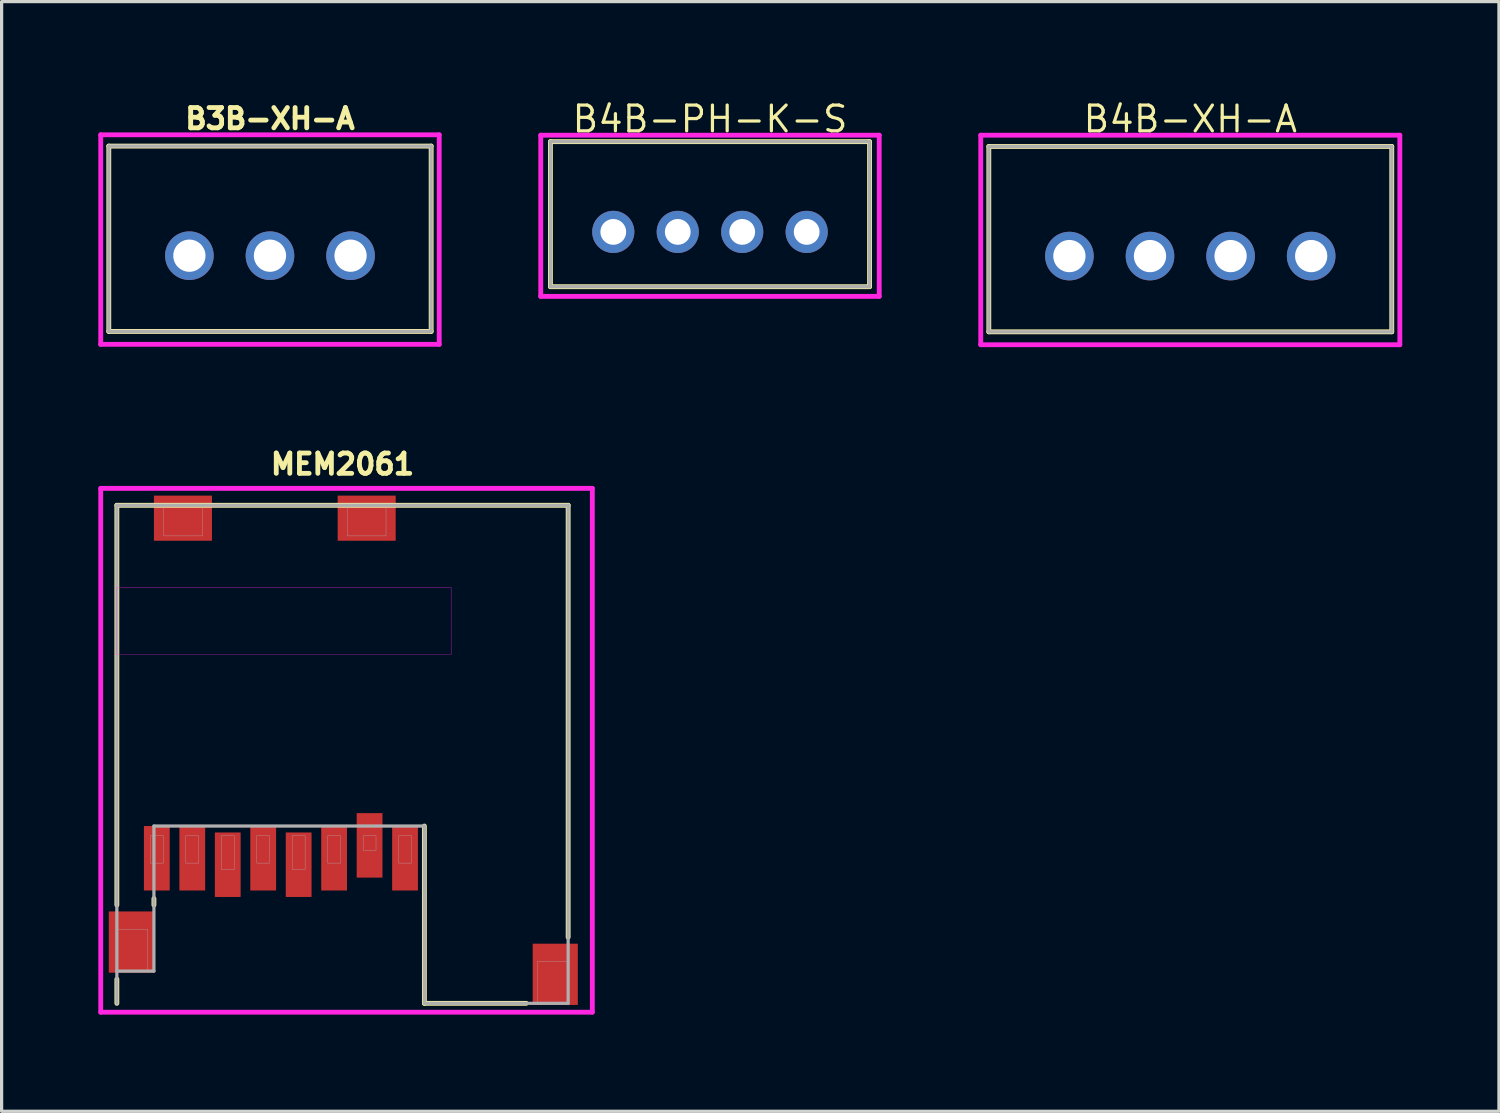
<source format=kicad_pcb>
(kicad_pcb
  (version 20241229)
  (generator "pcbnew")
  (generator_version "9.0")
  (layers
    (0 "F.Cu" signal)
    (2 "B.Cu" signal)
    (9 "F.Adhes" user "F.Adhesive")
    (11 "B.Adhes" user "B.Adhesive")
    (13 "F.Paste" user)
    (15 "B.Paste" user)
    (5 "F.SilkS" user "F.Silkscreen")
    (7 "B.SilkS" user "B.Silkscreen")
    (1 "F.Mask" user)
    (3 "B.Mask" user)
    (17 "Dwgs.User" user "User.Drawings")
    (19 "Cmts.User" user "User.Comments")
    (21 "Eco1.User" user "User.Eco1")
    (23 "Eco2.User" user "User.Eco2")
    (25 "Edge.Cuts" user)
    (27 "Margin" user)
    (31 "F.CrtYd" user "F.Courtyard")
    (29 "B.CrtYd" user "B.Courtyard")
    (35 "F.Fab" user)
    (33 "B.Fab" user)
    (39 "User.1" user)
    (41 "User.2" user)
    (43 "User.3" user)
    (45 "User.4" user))
  (footprint "B3B-XH-A"
    (layer "F.Cu")
    (at 5.325 4.882)
    (property "Reference" "B3B-XH-A" (at 0 -4.25 0) (layer "F.SilkS") (effects (font (size 0.63 0.63) (thickness 0.15))))
    (attr through_hole)
    (fp_line (start -5 -3.4) (end -5 2.35) (stroke (width 0.15) (type solid)) (layer "F.SilkS"))
    (fp_line (start -5 2.35) (end 5 2.35) (stroke (width 0.15) (type solid)) (layer "F.SilkS"))
    (fp_line (start 5 -3.4) (end -5 -3.4) (stroke (width 0.15) (type solid)) (layer "F.SilkS"))
    (fp_line (start 5 2.35) (end 5 -3.4) (stroke (width 0.15) (type solid)) (layer "F.SilkS"))
    (fp_line (start -5.25 -3.75) (end -5.25 2.75) (stroke (width 0.15) (type solid)) (layer "F.CrtYd"))
    (fp_line (start -5.25 2.75) (end 5.25 2.75) (stroke (width 0.15) (type solid)) (layer "F.CrtYd"))
    (fp_line (start 5.25 -3.75) (end -5.25 -3.75) (stroke (width 0.15) (type solid)) (layer "F.CrtYd"))
    (fp_line (start 5.25 2.75) (end 5.25 -3.75) (stroke (width 0.15) (type solid)) (layer "F.CrtYd"))
    (fp_line (start -5 -3.4) (end 5 -3.4) (stroke (width 0.1) (type solid)) (layer "F.Fab"))
    (fp_line (start -5 2.35) (end -5 -3.4) (stroke (width 0.1) (type solid)) (layer "F.Fab"))
    (fp_line (start 5 -3.4) (end 5 2.35) (stroke (width 0.1) (type solid)) (layer "F.Fab"))
    (fp_line (start 5 2.35) (end -5 2.35) (stroke (width 0.1) (type solid)) (layer "F.Fab"))
    (pad "1" thru_hole circle (at -2.5 0) (size 1.508 1.508) (drill 1) (layers "*.Cu" "*.Mask"))
    (pad "2" thru_hole circle (at 0 0) (size 1.508 1.508) (drill 1) (layers "*.Cu" "*.Mask"))
    (pad "3" thru_hole circle (at 2.5 0) (size 1.508 1.508) (drill 1) (layers "*.Cu" "*.Mask")))
  (footprint "B4B-XH-A"
    (layer "F.Cu")
    (at 33.875 4.894)
    (property "Reference" "B4B-XH-A" (at 0 -4.25 0) (layer "F.SilkS") (effects (font (size 0.8 0.8) (thickness 0.1))))
    (attr through_hole)
    (fp_line (start -6.25 -3.4) (end -6.25 2.35) (stroke (width 0.15) (type solid)) (layer "F.SilkS"))
    (fp_line (start -6.25 2.35) (end 6.25 2.35) (stroke (width 0.15) (type solid)) (layer "F.SilkS"))
    (fp_line (start 6.25 -3.4) (end -6.25 -3.4) (stroke (width 0.15) (type solid)) (layer "F.SilkS"))
    (fp_line (start 6.25 2.35) (end 6.25 -3.4) (stroke (width 0.15) (type solid)) (layer "F.SilkS"))
    (fp_line (start -6.5 -3.75) (end -6.5 2.75) (stroke (width 0.15) (type solid)) (layer "F.CrtYd"))
    (fp_line (start -6.5 2.75) (end 6.5 2.75) (stroke (width 0.15) (type solid)) (layer "F.CrtYd"))
    (fp_line (start 6.5 -3.75) (end -6.5 -3.75) (stroke (width 0.15) (type solid)) (layer "F.CrtYd"))
    (fp_line (start 6.5 2.75) (end 6.5 -3.75) (stroke (width 0.15) (type solid)) (layer "F.CrtYd"))
    (fp_line (start -6.25 -3.4) (end 6.25 -3.4) (stroke (width 0.1) (type solid)) (layer "F.Fab"))
    (fp_line (start -6.25 2.35) (end -6.25 -3.4) (stroke (width 0.1) (type solid)) (layer "F.Fab"))
    (fp_line (start 6.25 -3.4) (end 6.25 2.35) (stroke (width 0.1) (type solid)) (layer "F.Fab"))
    (fp_line (start 6.25 2.35) (end -6.25 2.35) (stroke (width 0.1) (type solid)) (layer "F.Fab"))
    (pad "1" thru_hole circle (at -3.75 0) (size 1.508 1.508) (drill 1) (layers "*.Cu" "*.Mask"))
    (pad "2" thru_hole circle (at -1.25 0) (size 1.508 1.508) (drill 1) (layers "*.Cu" "*.Mask"))
    (pad "3" thru_hole circle (at 1.25 0) (size 1.508 1.508) (drill 1) (layers "*.Cu" "*.Mask"))
    (pad "4" thru_hole circle (at 3.75 0) (size 1.508 1.508) (drill 1) (layers "*.Cu" "*.Mask")))
  (footprint "MEM2061"
    (layer "F.Cu")
    (at 7.575 20.35)
    (property "Reference" "MEM2061" (at 0 -9 0) (layer "F.SilkS") (effects (font (size 0.63 0.63) (thickness 0.15))))
    (attr smd)
    (fp_line (start -7 -7.725) (end 7 -7.725) (stroke (width 0.15) (type solid)) (layer "F.SilkS"))
    (fp_line (start -7 4.675) (end -7 -7.725) (stroke (width 0.15) (type solid)) (layer "F.SilkS"))
    (fp_line (start -7 7.725) (end -7 6.975) (stroke (width 0.15) (type solid)) (layer "F.SilkS"))
    (fp_line (start -5.85 4.475) (end -5.85 4.675) (stroke (width 0.15) (type solid)) (layer "F.SilkS"))
    (fp_line (start 2.54 7.725) (end 2.54 2.225) (stroke (width 0.15) (type solid)) (layer "F.SilkS"))
    (fp_line (start 5.7 7.725) (end 2.54 7.725) (stroke (width 0.15) (type solid)) (layer "F.SilkS"))
    (fp_line (start 7 -7.725) (end 7 5.675) (stroke (width 0.15) (type solid)) (layer "F.SilkS"))
    (fp_line (start -7.5 -8.25) (end -7.5 8) (stroke (width 0.15) (type solid)) (layer "F.CrtYd"))
    (fp_line (start -7.5 8) (end 7.75 8) (stroke (width 0.15) (type solid)) (layer "F.CrtYd"))
    (fp_line (start 7.75 -8.25) (end -7.5 -8.25) (stroke (width 0.15) (type solid)) (layer "F.CrtYd"))
    (fp_line (start 7.75 8) (end 7.75 -8.25) (stroke (width 0.15) (type solid)) (layer "F.CrtYd"))
    (fp_poly (pts (xy -7 -5.175) (xy 3.37 -5.175) (xy 3.37 -3.095) (xy -7 -3.095)) (stroke (width 0.01) (type solid)) (fill no) (layer "F.CrtYd"))
    (fp_line (start -7 -7.725) (end -7 6.725) (stroke (width 0.1) (type solid)) (layer "F.Fab"))
    (fp_line (start -7 -7.725) (end 7 -7.725) (stroke (width 0.1) (type solid)) (layer "F.Fab"))
    (fp_line (start -7 6.725) (end -7 7.725) (stroke (width 0.1) (type solid)) (layer "F.Fab"))
    (fp_line (start -7 6.725) (end -5.85 6.725) (stroke (width 0.1) (type solid)) (layer "F.Fab"))
    (fp_line (start -5.85 2.225) (end -5.85 6.725) (stroke (width 0.1) (type solid)) (layer "F.Fab"))
    (fp_line (start 2.54 2.225) (end -5.85 2.225) (stroke (width 0.1) (type solid)) (layer "F.Fab"))
    (fp_line (start 2.54 7.725) (end 2.54 2.225) (stroke (width 0.1) (type solid)) (layer "F.Fab"))
    (fp_line (start 7 -7.725) (end 7 7.725) (stroke (width 0.1) (type solid)) (layer "F.Fab"))
    (fp_line (start 7 7.725) (end 2.54 7.725) (stroke (width 0.1) (type solid)) (layer "F.Fab"))
    (fp_poly (pts (xy -7 5.425) (xy -6.05 5.425) (xy -6.05 6.725) (xy -7 6.725)) (stroke (width 0.01) (type solid)) (fill no) (layer "F.Fab"))
    (fp_poly (pts (xy -5.96 2.525) (xy -5.56 2.525) (xy -5.56 3.375) (xy -5.96 3.375)) (stroke (width 0.01) (type solid)) (fill no) (layer "F.Fab"))
    (fp_poly (pts (xy -5.55 -7.725) (xy -4.35 -7.725) (xy -4.35 -6.775) (xy -5.55 -6.775)) (stroke (width 0.01) (type solid)) (fill no) (layer "F.Fab"))
    (fp_poly (pts (xy -4.86 2.525) (xy -4.46 2.525) (xy -4.46 3.375) (xy -4.86 3.375)) (stroke (width 0.01) (type solid)) (fill no) (layer "F.Fab"))
    (fp_poly (pts (xy -3.76 2.525) (xy -3.36 2.525) (xy -3.36 3.575) (xy -3.76 3.575)) (stroke (width 0.01) (type solid)) (fill no) (layer "F.Fab"))
    (fp_poly (pts (xy -2.66 2.525) (xy -2.26 2.525) (xy -2.26 3.375) (xy -2.66 3.375)) (stroke (width 0.01) (type solid)) (fill no) (layer "F.Fab"))
    (fp_poly (pts (xy -1.56 2.525) (xy -1.16 2.525) (xy -1.16 3.575) (xy -1.56 3.575)) (stroke (width 0.01) (type solid)) (fill no) (layer "F.Fab"))
    (fp_poly (pts (xy -0.46 2.525) (xy -0.06 2.525) (xy -0.06 3.375) (xy -0.46 3.375)) (stroke (width 0.01) (type solid)) (fill no) (layer "F.Fab"))
    (fp_poly (pts (xy 0.15 -7.725) (xy 1.35 -7.725) (xy 1.35 -6.775) (xy 0.15 -6.775)) (stroke (width 0.01) (type solid)) (fill no) (layer "F.Fab"))
    (fp_poly (pts (xy 0.64 2.525) (xy 1.04 2.525) (xy 1.04 2.975) (xy 0.64 2.975)) (stroke (width 0.01) (type solid)) (fill no) (layer "F.Fab"))
    (fp_poly (pts (xy 1.74 2.525) (xy 2.14 2.525) (xy 2.14 3.375) (xy 1.74 3.375)) (stroke (width 0.01) (type solid)) (fill no) (layer "F.Fab"))
    (fp_poly (pts (xy 6.05 6.425) (xy 7 6.425) (xy 7 7.725) (xy 6.05 7.725)) (stroke (width 0.01) (type solid)) (fill no) (layer "F.Fab"))
    (pad "1" smd rect (at 1.94 3.225) (size 0.8 2) (layers "F.Cu" "F.Mask" "F.Paste"))
    (pad "2" smd rect (at 0.84 2.825) (size 0.8 2) (layers "F.Cu" "F.Mask" "F.Paste"))
    (pad "3" smd rect (at -0.26 3.225) (size 0.8 2) (layers "F.Cu" "F.Mask" "F.Paste"))
    (pad "4" smd rect (at -1.36 3.425) (size 0.8 2) (layers "F.Cu" "F.Mask" "F.Paste"))
    (pad "5" smd rect (at -2.46 3.225) (size 0.8 2) (layers "F.Cu" "F.Mask" "F.Paste"))
    (pad "6" smd rect (at -3.56 3.425) (size 0.8 2) (layers "F.Cu" "F.Mask" "F.Paste"))
    (pad "7" smd rect (at -4.66 3.225) (size 0.8 2) (layers "F.Cu" "F.Mask" "F.Paste"))
    (pad "8" smd rect (at -5.76 3.225) (size 0.8 2) (layers "F.Cu" "F.Mask" "F.Paste"))
    (pad "CD@1" smd rect (at -4.95 -7.325) (size 1.8 1.4) (layers "F.Cu" "F.Mask" "F.Paste"))
    (pad "CD@2" smd rect (at 0.75 -7.325) (size 1.8 1.4) (layers "F.Cu" "F.Mask" "F.Paste"))
    (pad "SHIELD@1" smd rect (at -6.55 5.825) (size 1.4 1.9) (layers "F.Cu" "F.Mask" "F.Paste"))
    (pad "SHIELD@2" smd rect (at 6.6 6.825) (size 1.4 1.9) (layers "F.Cu" "F.Mask" "F.Paste")))
  (footprint "B4B-PH-K-S"
    (layer "F.Cu")
    (at 18.975 4.144)
    (property "Reference" "B4B-PH-K-S" (at 0 -3.5 0) (layer "F.SilkS") (effects (font (size 0.8 0.8) (thickness 0.1))))
    (attr through_hole)
    (fp_line (start -4.95 -2.8) (end -4.95 1.7) (stroke (width 0.15) (type solid)) (layer "F.SilkS"))
    (fp_line (start -4.95 1.7) (end 4.95 1.7) (stroke (width 0.15) (type solid)) (layer "F.SilkS"))
    (fp_line (start 4.95 -2.8) (end -4.95 -2.8) (stroke (width 0.15) (type solid)) (layer "F.SilkS"))
    (fp_line (start 4.95 1.7) (end 4.95 -2.8) (stroke (width 0.15) (type solid)) (layer "F.SilkS"))
    (fp_line (start -5.25 -3) (end -5.25 2) (stroke (width 0.15) (type solid)) (layer "F.CrtYd"))
    (fp_line (start -5.25 2) (end 5.25 2) (stroke (width 0.15) (type solid)) (layer "F.CrtYd"))
    (fp_line (start 5.25 -3) (end -5.25 -3) (stroke (width 0.15) (type solid)) (layer "F.CrtYd"))
    (fp_line (start 5.25 2) (end 5.25 -3) (stroke (width 0.15) (type solid)) (layer "F.CrtYd"))
    (fp_line (start -4.95 -2.8) (end 4.95 -2.8) (stroke (width 0.1) (type solid)) (layer "F.Fab"))
    (fp_line (start -4.95 1.7) (end -4.95 -2.8) (stroke (width 0.1) (type solid)) (layer "F.Fab"))
    (fp_line (start 4.95 -2.8) (end 4.95 1.7) (stroke (width 0.1) (type solid)) (layer "F.Fab"))
    (fp_line (start 4.95 1.7) (end -4.95 1.7) (stroke (width 0.1) (type solid)) (layer "F.Fab"))
    (pad "1" thru_hole circle (at -3 0) (size 1.308 1.308) (drill 0.8) (layers "*.Cu" "*.Mask"))
    (pad "2" thru_hole circle (at -1 0) (size 1.308 1.308) (drill 0.8) (layers "*.Cu" "*.Mask"))
    (pad "3" thru_hole circle (at 1 0) (size 1.308 1.308) (drill 0.8) (layers "*.Cu" "*.Mask"))
    (pad "4" thru_hole circle (at 3 0) (size 1.308 1.308) (drill 0.8) (layers "*.Cu" "*.Mask")))
  (gr_rect
    (start -3 -3)
    (end 43.45 31.425)
    (stroke (width 0.1) (type default))
    (fill no)
    (layer "Edge.Cuts")))
</source>
